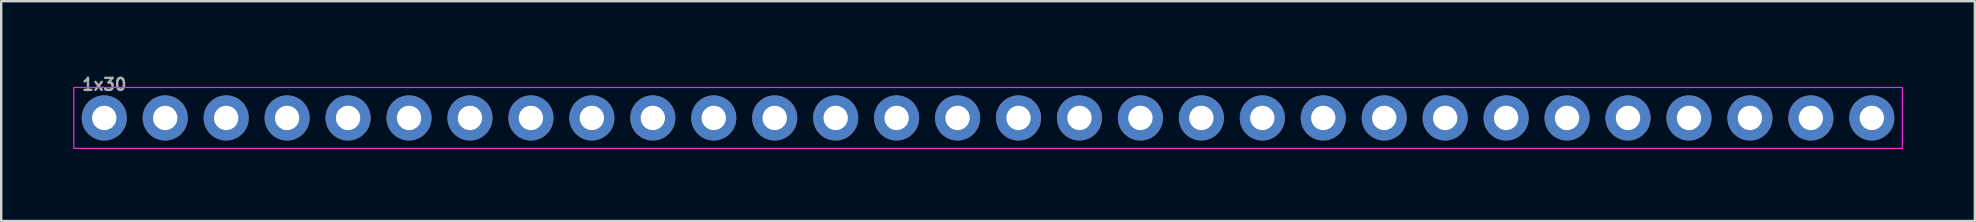
<source format=kicad_pcb>
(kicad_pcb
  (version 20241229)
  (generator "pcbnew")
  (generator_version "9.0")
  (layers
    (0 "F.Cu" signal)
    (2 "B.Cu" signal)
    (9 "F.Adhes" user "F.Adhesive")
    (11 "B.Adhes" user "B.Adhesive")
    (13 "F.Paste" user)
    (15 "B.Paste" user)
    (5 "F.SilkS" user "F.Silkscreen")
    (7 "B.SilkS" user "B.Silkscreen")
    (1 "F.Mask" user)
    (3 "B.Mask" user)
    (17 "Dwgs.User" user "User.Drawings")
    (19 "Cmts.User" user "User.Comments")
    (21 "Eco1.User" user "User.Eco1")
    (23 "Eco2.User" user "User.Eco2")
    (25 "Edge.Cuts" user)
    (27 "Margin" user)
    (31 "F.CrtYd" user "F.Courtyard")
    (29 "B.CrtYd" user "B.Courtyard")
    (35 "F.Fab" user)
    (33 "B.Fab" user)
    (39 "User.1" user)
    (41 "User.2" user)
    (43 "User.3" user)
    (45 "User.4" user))
  (footprint "1x30"
    (layer "F.Cu")
    (at 1.295 1.865)
    (property "Reference" "1x30" (at 0 -1.397 0) (layer "F.Fab") (effects (font (size 0.5 0.5) (thickness 0.1))))
    (fp_rect (start -1.27 -1.27) (end 74.93 1.27) (stroke (width 0.05) (type default)) (fill no) (layer "F.CrtYd"))
    (fp_poly (pts (xy -0.254 0.254) (xy 0.254 0.254) (xy 0.254 -0.254) (xy -0.254 -0.254)) (stroke (width 0.1) (type default)) (fill no) (layer "F.Fab"))
    (fp_poly (pts (xy 2.286 0.254) (xy 2.794 0.254) (xy 2.794 -0.254) (xy 2.286 -0.254)) (stroke (width 0.1) (type default)) (fill no) (layer "F.Fab"))
    (fp_poly (pts (xy 4.826 0.254) (xy 5.334 0.254) (xy 5.334 -0.254) (xy 4.826 -0.254)) (stroke (width 0.1) (type default)) (fill no) (layer "F.Fab"))
    (fp_poly (pts (xy 7.366 0.254) (xy 7.874 0.254) (xy 7.874 -0.254) (xy 7.366 -0.254)) (stroke (width 0.1) (type default)) (fill no) (layer "F.Fab"))
    (fp_poly (pts (xy 9.906 0.254) (xy 10.414 0.254) (xy 10.414 -0.254) (xy 9.906 -0.254)) (stroke (width 0.1) (type default)) (fill no) (layer "F.Fab"))
    (fp_poly (pts (xy 12.446 0.254) (xy 12.954 0.254) (xy 12.954 -0.254) (xy 12.446 -0.254)) (stroke (width 0.1) (type default)) (fill no) (layer "F.Fab"))
    (fp_poly (pts (xy 14.986 0.254) (xy 15.494 0.254) (xy 15.494 -0.254) (xy 14.986 -0.254)) (stroke (width 0.1) (type default)) (fill no) (layer "F.Fab"))
    (fp_poly (pts (xy 17.526 0.254) (xy 18.034 0.254) (xy 18.034 -0.254) (xy 17.526 -0.254)) (stroke (width 0.1) (type default)) (fill no) (layer "F.Fab"))
    (fp_poly (pts (xy 20.066 0.254) (xy 20.574 0.254) (xy 20.574 -0.254) (xy 20.066 -0.254)) (stroke (width 0.1) (type default)) (fill no) (layer "F.Fab"))
    (fp_poly (pts (xy 22.606 0.254) (xy 23.114 0.254) (xy 23.114 -0.254) (xy 22.606 -0.254)) (stroke (width 0.1) (type default)) (fill no) (layer "F.Fab"))
    (fp_poly (pts (xy 25.146 0.254) (xy 25.654 0.254) (xy 25.654 -0.254) (xy 25.146 -0.254)) (stroke (width 0.1) (type default)) (fill no) (layer "F.Fab"))
    (fp_poly (pts (xy 27.686 0.254) (xy 28.194 0.254) (xy 28.194 -0.254) (xy 27.686 -0.254)) (stroke (width 0.1) (type default)) (fill no) (layer "F.Fab"))
    (fp_poly (pts (xy 30.226 0.254) (xy 30.734 0.254) (xy 30.734 -0.254) (xy 30.226 -0.254)) (stroke (width 0.1) (type default)) (fill no) (layer "F.Fab"))
    (fp_poly (pts (xy 32.766 0.254) (xy 33.274 0.254) (xy 33.274 -0.254) (xy 32.766 -0.254)) (stroke (width 0.1) (type default)) (fill no) (layer "F.Fab"))
    (fp_poly (pts (xy 35.306 0.254) (xy 35.814 0.254) (xy 35.814 -0.254) (xy 35.306 -0.254)) (stroke (width 0.1) (type default)) (fill no) (layer "F.Fab"))
    (fp_poly (pts (xy 37.846 0.254) (xy 38.354 0.254) (xy 38.354 -0.254) (xy 37.846 -0.254)) (stroke (width 0.1) (type default)) (fill no) (layer "F.Fab"))
    (fp_poly (pts (xy 40.386 0.254) (xy 40.894 0.254) (xy 40.894 -0.254) (xy 40.386 -0.254)) (stroke (width 0.1) (type default)) (fill no) (layer "F.Fab"))
    (fp_poly (pts (xy 42.926 0.254) (xy 43.434 0.254) (xy 43.434 -0.254) (xy 42.926 -0.254)) (stroke (width 0.1) (type default)) (fill no) (layer "F.Fab"))
    (fp_poly (pts (xy 45.466 0.254) (xy 45.974 0.254) (xy 45.974 -0.254) (xy 45.466 -0.254)) (stroke (width 0.1) (type default)) (fill no) (layer "F.Fab"))
    (fp_poly (pts (xy 48.006 0.254) (xy 48.514 0.254) (xy 48.514 -0.254) (xy 48.006 -0.254)) (stroke (width 0.1) (type default)) (fill no) (layer "F.Fab"))
    (fp_poly (pts (xy 50.546 0.254) (xy 51.054 0.254) (xy 51.054 -0.254) (xy 50.546 -0.254)) (stroke (width 0.1) (type default)) (fill no) (layer "F.Fab"))
    (fp_poly (pts (xy 53.086 0.254) (xy 53.594 0.254) (xy 53.594 -0.254) (xy 53.086 -0.254)) (stroke (width 0.1) (type default)) (fill no) (layer "F.Fab"))
    (fp_poly (pts (xy 55.626 0.254) (xy 56.134 0.254) (xy 56.134 -0.254) (xy 55.626 -0.254)) (stroke (width 0.1) (type default)) (fill no) (layer "F.Fab"))
    (fp_poly (pts (xy 58.166 0.254) (xy 58.674 0.254) (xy 58.674 -0.254) (xy 58.166 -0.254)) (stroke (width 0.1) (type default)) (fill no) (layer "F.Fab"))
    (fp_poly (pts (xy 60.706 0.254) (xy 61.214 0.254) (xy 61.214 -0.254) (xy 60.706 -0.254)) (stroke (width 0.1) (type default)) (fill no) (layer "F.Fab"))
    (fp_poly (pts (xy 63.246 0.254) (xy 63.754 0.254) (xy 63.754 -0.254) (xy 63.246 -0.254)) (stroke (width 0.1) (type default)) (fill no) (layer "F.Fab"))
    (fp_poly (pts (xy 65.786 0.254) (xy 66.294 0.254) (xy 66.294 -0.254) (xy 65.786 -0.254)) (stroke (width 0.1) (type default)) (fill no) (layer "F.Fab"))
    (fp_poly (pts (xy 68.326 0.254) (xy 68.834 0.254) (xy 68.834 -0.254) (xy 68.326 -0.254)) (stroke (width 0.1) (type default)) (fill no) (layer "F.Fab"))
    (fp_poly (pts (xy 70.866 0.254) (xy 71.374 0.254) (xy 71.374 -0.254) (xy 70.866 -0.254)) (stroke (width 0.1) (type default)) (fill no) (layer "F.Fab"))
    (fp_poly (pts (xy 73.406 0.254) (xy 73.914 0.254) (xy 73.914 -0.254) (xy 73.406 -0.254)) (stroke (width 0.1) (type default)) (fill no) (layer "F.Fab"))
    (pad "1" thru_hole circle (at 0 0 90) (size 1.88 1.88) (drill 1.016) (layers "*.Cu" "*.Mask") (remove_unused_layers yes) (keep_end_layers yes) (zone_layer_connections))
    (pad "2" thru_hole circle (at 2.54 0 90) (size 1.88 1.88) (drill 1.016) (layers "*.Cu" "*.Mask") (remove_unused_layers yes) (keep_end_layers yes) (zone_layer_connections))
    (pad "3" thru_hole circle (at 5.08 0 90) (size 1.88 1.88) (drill 1.016) (layers "*.Cu" "*.Mask") (remove_unused_layers yes) (keep_end_layers yes) (zone_layer_connections))
    (pad "4" thru_hole circle (at 7.62 0 90) (size 1.88 1.88) (drill 1.016) (layers "*.Cu" "*.Mask") (remove_unused_layers yes) (keep_end_layers yes) (zone_layer_connections))
    (pad "5" thru_hole circle (at 10.16 0 90) (size 1.88 1.88) (drill 1.016) (layers "*.Cu" "*.Mask") (remove_unused_layers yes) (keep_end_layers yes) (zone_layer_connections))
    (pad "6" thru_hole circle (at 12.7 0 90) (size 1.88 1.88) (drill 1.016) (layers "*.Cu" "*.Mask") (remove_unused_layers yes) (keep_end_layers yes) (zone_layer_connections))
    (pad "7" thru_hole circle (at 15.24 0 90) (size 1.88 1.88) (drill 1.016) (layers "*.Cu" "*.Mask") (remove_unused_layers yes) (keep_end_layers yes) (zone_layer_connections))
    (pad "8" thru_hole circle (at 17.78 0 90) (size 1.88 1.88) (drill 1.016) (layers "*.Cu" "*.Mask") (remove_unused_layers yes) (keep_end_layers yes) (zone_layer_connections))
    (pad "9" thru_hole circle (at 20.32 0 90) (size 1.88 1.88) (drill 1.016) (layers "*.Cu" "*.Mask") (remove_unused_layers yes) (keep_end_layers yes) (zone_layer_connections))
    (pad "10" thru_hole circle (at 22.86 0 90) (size 1.88 1.88) (drill 1.016) (layers "*.Cu" "*.Mask") (remove_unused_layers yes) (keep_end_layers yes) (zone_layer_connections))
    (pad "11" thru_hole circle (at 25.4 0 90) (size 1.88 1.88) (drill 1.016) (layers "*.Cu" "*.Mask") (remove_unused_layers yes) (keep_end_layers yes) (zone_layer_connections))
    (pad "12" thru_hole circle (at 27.94 0 90) (size 1.88 1.88) (drill 1.016) (layers "*.Cu" "*.Mask") (remove_unused_layers yes) (keep_end_layers yes) (zone_layer_connections))
    (pad "13" thru_hole circle (at 30.48 0 90) (size 1.88 1.88) (drill 1.016) (layers "*.Cu" "*.Mask") (remove_unused_layers yes) (keep_end_layers yes) (zone_layer_connections))
    (pad "14" thru_hole circle (at 33.02 0 90) (size 1.88 1.88) (drill 1.016) (layers "*.Cu" "*.Mask") (remove_unused_layers yes) (keep_end_layers yes) (zone_layer_connections))
    (pad "15" thru_hole circle (at 35.56 0 90) (size 1.88 1.88) (drill 1.016) (layers "*.Cu" "*.Mask") (remove_unused_layers yes) (keep_end_layers yes) (zone_layer_connections))
    (pad "16" thru_hole circle (at 38.1 0 90) (size 1.88 1.88) (drill 1.016) (layers "*.Cu" "*.Mask") (remove_unused_layers yes) (keep_end_layers yes) (zone_layer_connections))
    (pad "17" thru_hole circle (at 40.64 0 90) (size 1.88 1.88) (drill 1.016) (layers "*.Cu" "*.Mask") (remove_unused_layers yes) (keep_end_layers yes) (zone_layer_connections))
    (pad "18" thru_hole circle (at 43.18 0 90) (size 1.88 1.88) (drill 1.016) (layers "*.Cu" "*.Mask") (remove_unused_layers yes) (keep_end_layers yes) (zone_layer_connections))
    (pad "19" thru_hole circle (at 45.72 0 90) (size 1.88 1.88) (drill 1.016) (layers "*.Cu" "*.Mask") (remove_unused_layers yes) (keep_end_layers yes) (zone_layer_connections))
    (pad "20" thru_hole circle (at 48.26 0 90) (size 1.88 1.88) (drill 1.016) (layers "*.Cu" "*.Mask") (remove_unused_layers yes) (keep_end_layers yes) (zone_layer_connections))
    (pad "21" thru_hole circle (at 50.8 0 90) (size 1.88 1.88) (drill 1.016) (layers "*.Cu" "*.Mask") (remove_unused_layers yes) (keep_end_layers yes) (zone_layer_connections))
    (pad "22" thru_hole circle (at 53.34 0 90) (size 1.88 1.88) (drill 1.016) (layers "*.Cu" "*.Mask") (remove_unused_layers yes) (keep_end_layers yes) (zone_layer_connections))
    (pad "23" thru_hole circle (at 55.88 0 90) (size 1.88 1.88) (drill 1.016) (layers "*.Cu" "*.Mask") (remove_unused_layers yes) (keep_end_layers yes) (zone_layer_connections))
    (pad "24" thru_hole circle (at 58.42 0 90) (size 1.88 1.88) (drill 1.016) (layers "*.Cu" "*.Mask") (remove_unused_layers yes) (keep_end_layers yes) (zone_layer_connections))
    (pad "25" thru_hole circle (at 60.96 0 90) (size 1.88 1.88) (drill 1.016) (layers "*.Cu" "*.Mask") (remove_unused_layers yes) (keep_end_layers yes) (zone_layer_connections))
    (pad "26" thru_hole circle (at 63.5 0 90) (size 1.88 1.88) (drill 1.016) (layers "*.Cu" "*.Mask") (remove_unused_layers yes) (keep_end_layers yes) (zone_layer_connections))
    (pad "27" thru_hole circle (at 66.04 0 90) (size 1.88 1.88) (drill 1.016) (layers "*.Cu" "*.Mask") (remove_unused_layers yes) (keep_end_layers yes) (zone_layer_connections))
    (pad "28" thru_hole circle (at 68.58 0 90) (size 1.88 1.88) (drill 1.016) (layers "*.Cu" "*.Mask") (remove_unused_layers yes) (keep_end_layers yes) (zone_layer_connections))
    (pad "29" thru_hole circle (at 71.12 0 90) (size 1.88 1.88) (drill 1.016) (layers "*.Cu" "*.Mask") (remove_unused_layers yes) (keep_end_layers yes) (zone_layer_connections))
    (pad "30" thru_hole circle (at 73.66 0 90) (size 1.88 1.88) (drill 1.016) (layers "*.Cu" "*.Mask") (remove_unused_layers yes) (keep_end_layers yes) (zone_layer_connections)))
  (gr_rect
    (start -3 -3)
    (end 79.25 6.16)
    (stroke (width 0.1) (type default))
    (fill no)
    (layer "Edge.Cuts")))
</source>
